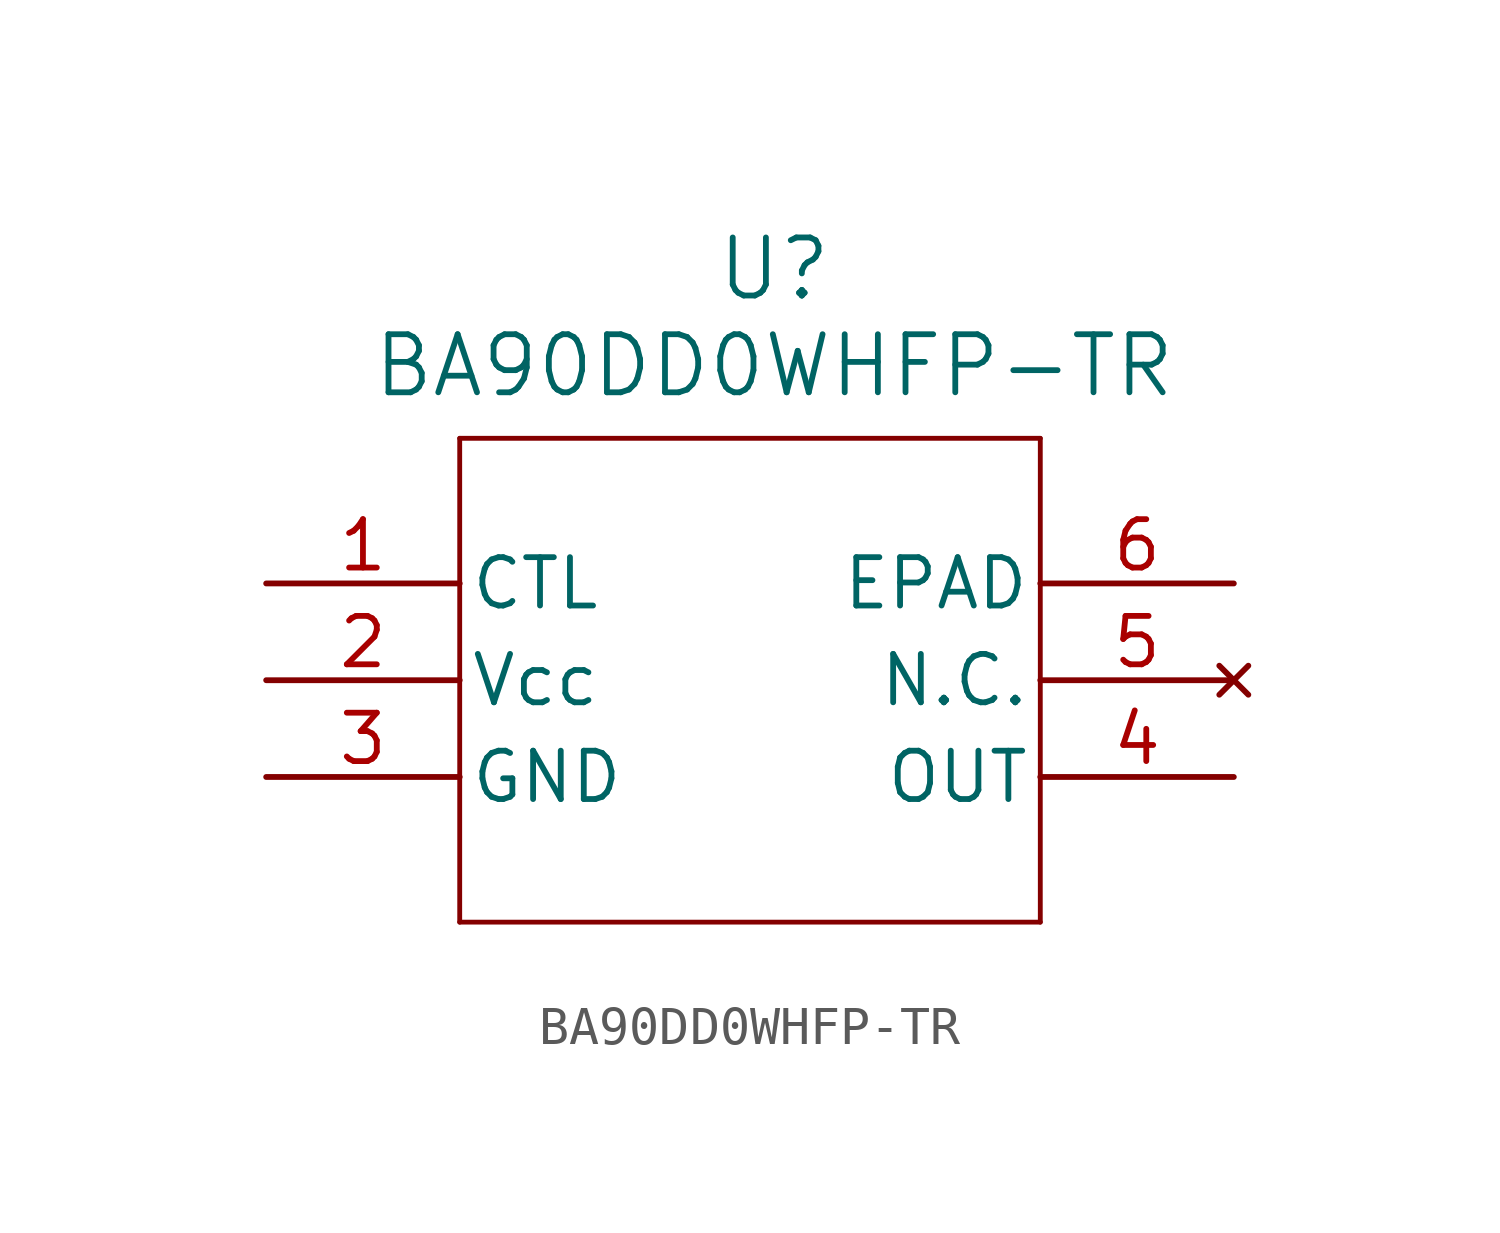
<source format=kicad_sym>
(kicad_symbol_lib
  (version 20220914)
  (generator kicad_symbol_editor)
  (symbol "BA90DD0WHFP-TR"
    (pin_names
      (offset 0.254))
    (property "Reference" "U"
      (at 13.335 8.255 0)
      (effects (font (size 1.524 1.524))))
    (property "Value" "BA90DD0WHFP-TR"
      (at 13.335 5.715 0)
      (effects (font (size 1.524 1.524))))
    (property "ki_locked" ""
      (at 0 0 0)
      (effects (font (size 1.27 1.27))))
    (symbol "BA90DD0WHFP-TR_0_1"
      (polyline (pts (xy 5.08 -8.89) (xy 20.32 -8.89)) (stroke (width 0.127) (type default)) (fill (type none)))
      (polyline (pts (xy 5.08 3.81) (xy 5.08 -8.89)) (stroke (width 0.127) (type default)) (fill (type none)))
      (polyline (pts (xy 20.32 -8.89) (xy 20.32 3.81)) (stroke (width 0.127) (type default)) (fill (type none)))
      (polyline (pts (xy 20.32 3.81) (xy 5.08 3.81)) (stroke (width 0.127) (type default)) (fill (type none))))
    (symbol "BA90DD0WHFP-TR_1_1"
      (pin unspecified line (at 0 0 0) (length 5.08) (name "CTL" (effects (font (size 1.27 1.27)))) (number "1" (effects (font (size 1.27 1.27)))))
      (pin power_in line (at 0 -2.54 0) (length 5.08) (name "Vcc" (effects (font (size 1.27 1.27)))) (number "2" (effects (font (size 1.27 1.27)))))
      (pin unspecified line (at 0 -5.08 0) (length 5.08) (name "GND" (effects (font (size 1.27 1.27)))) (number "3" (effects (font (size 1.27 1.27)))))
      (pin output line (at 25.4 -5.08 180) (length 5.08) (name "OUT" (effects (font (size 1.27 1.27)))) (number "4" (effects (font (size 1.27 1.27)))))
      (pin no_connect line (at 25.4 -2.54 180) (length 5.08) (name "N.C." (effects (font (size 1.27 1.27)))) (number "5" (effects (font (size 1.27 1.27)))))
      (pin unspecified line (at 25.4 0 180) (length 5.08) (name "EPAD" (effects (font (size 1.27 1.27)))) (number "6" (effects (font (size 1.27 1.27))))))))
</source>
